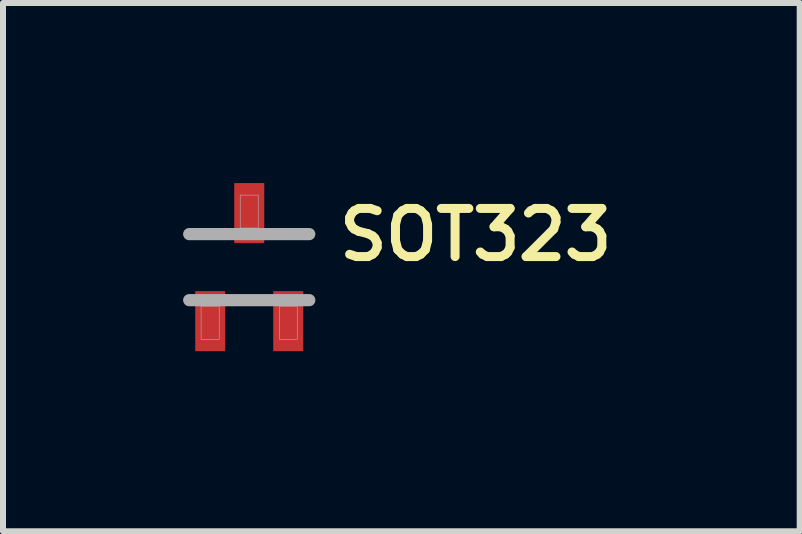
<source format=kicad_pcb>
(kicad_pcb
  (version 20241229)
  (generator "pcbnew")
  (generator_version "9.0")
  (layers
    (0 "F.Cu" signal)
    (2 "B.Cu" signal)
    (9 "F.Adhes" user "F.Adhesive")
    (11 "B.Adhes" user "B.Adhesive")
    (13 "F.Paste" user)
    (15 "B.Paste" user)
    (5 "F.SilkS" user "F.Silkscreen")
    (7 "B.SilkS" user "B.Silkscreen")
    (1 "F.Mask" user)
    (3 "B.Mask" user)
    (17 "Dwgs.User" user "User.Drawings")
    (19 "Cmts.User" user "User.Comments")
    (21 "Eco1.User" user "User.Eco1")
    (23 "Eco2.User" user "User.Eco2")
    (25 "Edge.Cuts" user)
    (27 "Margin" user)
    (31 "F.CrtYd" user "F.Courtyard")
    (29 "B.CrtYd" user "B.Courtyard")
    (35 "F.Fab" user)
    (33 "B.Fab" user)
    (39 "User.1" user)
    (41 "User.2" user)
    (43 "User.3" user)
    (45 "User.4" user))
  (footprint "SOT323"
    (layer "F.Cu")
    (at 1.102 1.4)
    (property "Reference" "SOT323" (at 3.773 -0.539 0) (layer "F.SilkS") (effects (font (size 0.802 0.802) (thickness 0.15))))
    (attr through_hole)
    (fp_line (start -1 0.55) (end 1 0.55) (stroke (width 0.203) (type solid)) (layer "F.Fab"))
    (fp_line (start 1 -0.55) (end -1 -0.55) (stroke (width 0.203) (type solid)) (layer "F.Fab"))
    (fp_poly (pts (xy -0.802 0.65) (xy -0.5 0.65) (xy -0.5 1.202) (xy -0.802 1.202)) (stroke (width 0.01) (type solid)) (fill no) (layer "F.Fab"))
    (fp_poly (pts (xy -0.15 -1.2) (xy 0.15 -1.2) (xy 0.15 -0.651) (xy -0.15 -0.651)) (stroke (width 0.01) (type solid)) (fill no) (layer "F.Fab"))
    (fp_poly (pts (xy 0.501 0.65) (xy 0.8 0.65) (xy 0.8 1.202) (xy 0.501 1.202)) (stroke (width 0.01) (type solid)) (fill no) (layer "F.Fab"))
    (pad "1" smd rect (at 0 -0.9) (size 0.5 1) (layers "F.Cu" "F.Mask" "F.Paste"))
    (pad "2" smd rect (at -0.65 0.9) (size 0.5 1) (layers "F.Cu" "F.Mask" "F.Paste"))
    (pad "3" smd rect (at 0.65 0.9) (size 0.5 1) (layers "F.Cu" "F.Mask" "F.Paste")))
  (gr_rect
    (start -3 -3)
    (end 10.272 5.8)
    (stroke (width 0.1) (type default))
    (fill no)
    (layer "Edge.Cuts")))
</source>
